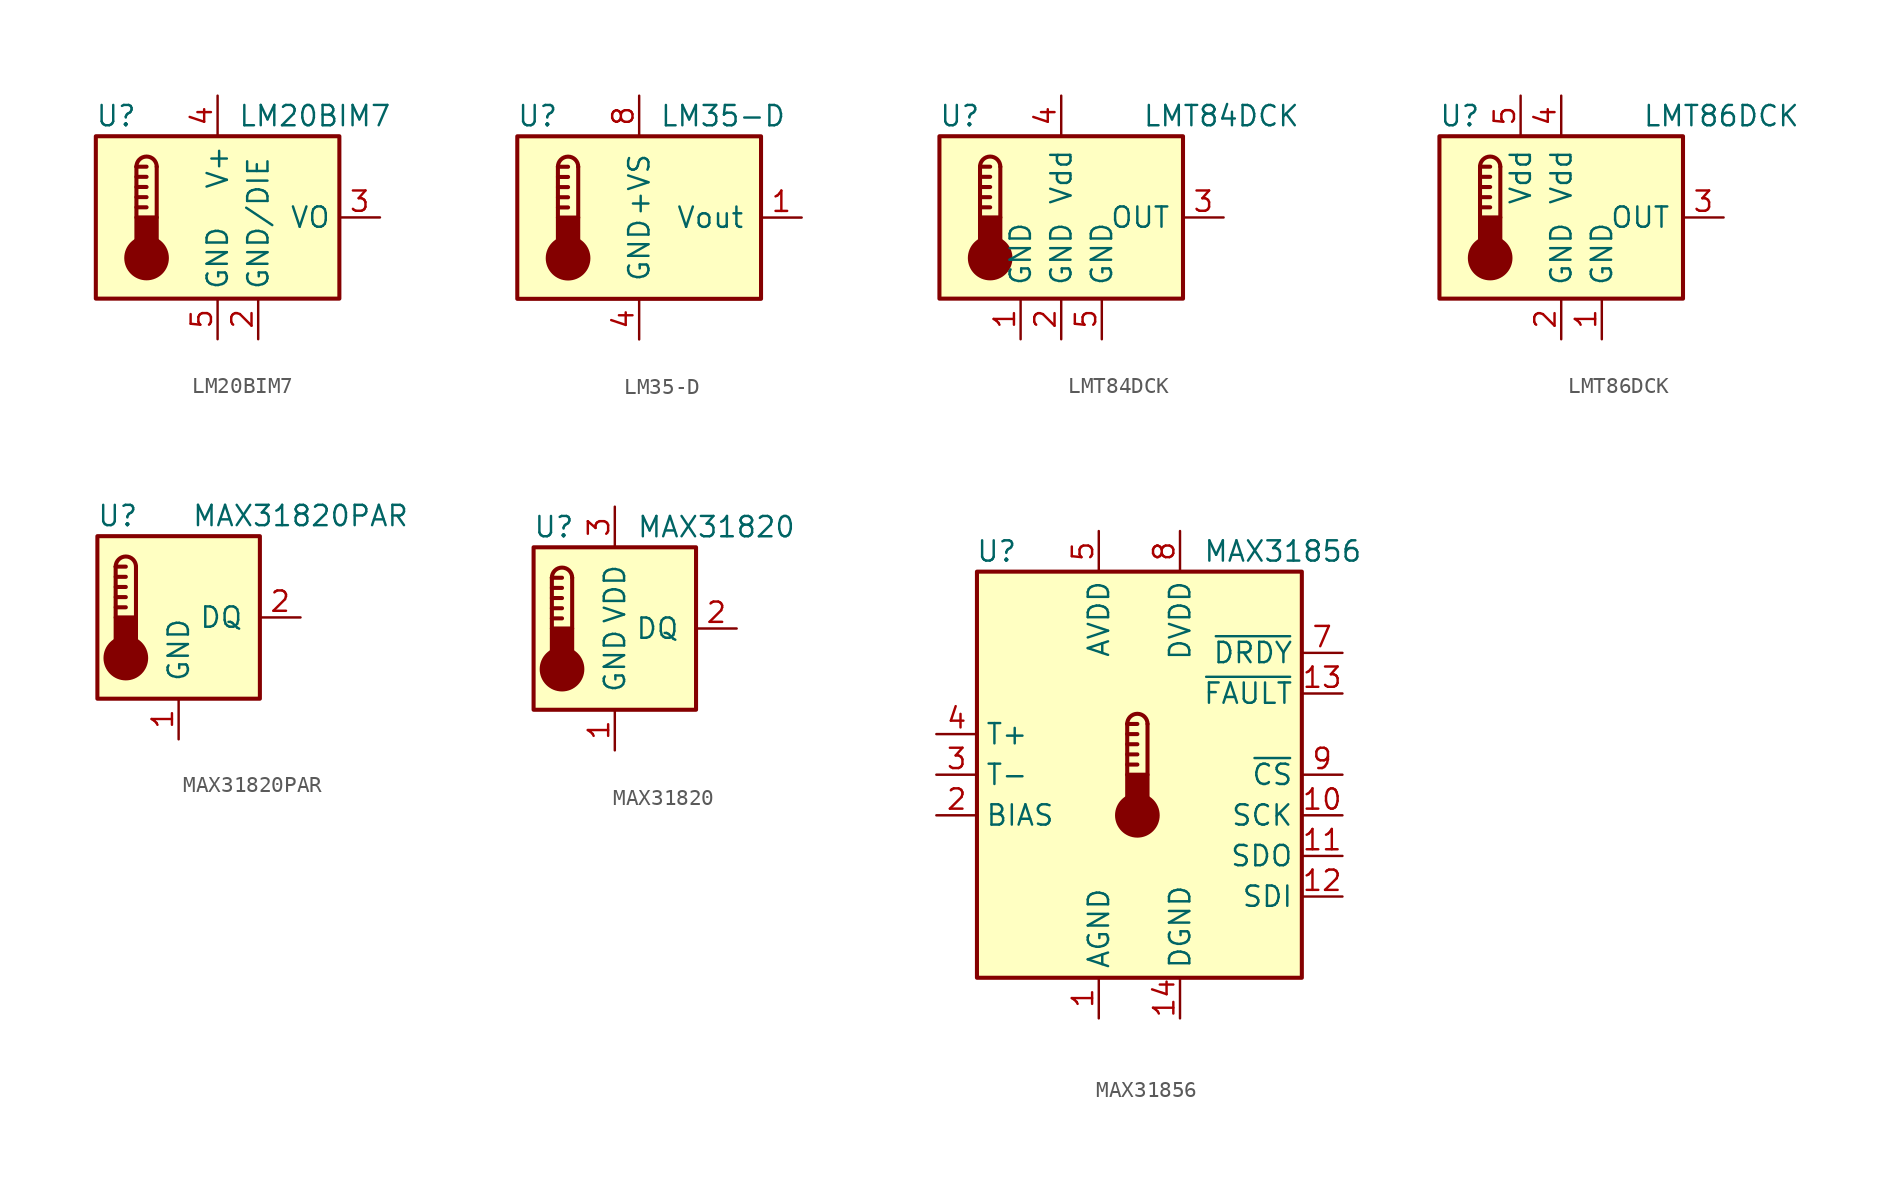
<source format=kicad_sym>
(kicad_symbol_lib
  (version 20201005)
  (generator kicad_symbol_editor)
  (symbol "LM20BIM7"
    (property "Reference" "U"
      (at -6.35 6.35 0)
      (effects (font (size 1.27 1.27))))
    (property "Value" "LM20BIM7"
      (at 1.27 6.35 0)
      (effects (font (size 1.27 1.27)) (justify left)))
    (symbol "LM20BIM7_0_1"
      (arc (start -3.81 3.175) (end -5.08 3.175) (radius (at -4.445 3.175) (length 0.635) (angles 0.1 179.9)) (stroke (width 0.254)) (fill (type none)))
      (circle (center -4.445 -2.54) (radius 1.27) (stroke (width 0.254)) (fill (type outline)))
      (rectangle (start -3.81 -1.905) (end -5.08 0) (stroke (width 0.254)) (fill (type outline)))
      (rectangle (start -7.62 5.08) (end 7.62 -5.08) (stroke (width 0.254)) (fill (type background)))
      (polyline (pts (xy -5.08 0.635) (xy -4.445 0.635)) (stroke (width 0.254)) (fill (type none)))
      (polyline (pts (xy -5.08 1.27) (xy -4.445 1.27)) (stroke (width 0.254)) (fill (type none)))
      (polyline (pts (xy -5.08 1.905) (xy -4.445 1.905)) (stroke (width 0.254)) (fill (type none)))
      (polyline (pts (xy -5.08 2.54) (xy -4.445 2.54)) (stroke (width 0.254)) (fill (type none)))
      (polyline (pts (xy -5.08 3.175) (xy -5.08 0)) (stroke (width 0.254)) (fill (type none)))
      (polyline (pts (xy -5.08 3.175) (xy -4.445 3.175)) (stroke (width 0.254)) (fill (type none)))
      (polyline (pts (xy -3.81 3.175) (xy -3.81 0)) (stroke (width 0.254)) (fill (type none))))
    (symbol "LM20BIM7_1_1"
      (pin no_connect line (at 5.08 -5.08 90) (length 2.54) hide (name "NC" (effects (font (size 1.27 1.27)))) (number "1" (effects (font (size 1.27 1.27)))))
      (pin passive line (at 2.54 -7.62 90) (length 2.54) (name "GND/DIE" (effects (font (size 1.27 1.27)))) (number "2" (effects (font (size 1.27 1.27)))))
      (pin output line (at 10.16 0 180) (length 2.54) (name "VO" (effects (font (size 1.27 1.27)))) (number "3" (effects (font (size 1.27 1.27)))))
      (pin power_in line (at 0 7.62 270) (length 2.54) (name "V+" (effects (font (size 1.27 1.27)))) (number "4" (effects (font (size 1.27 1.27)))))
      (pin power_in line (at 0 -7.62 90) (length 2.54) (name "GND" (effects (font (size 1.27 1.27)))) (number "5" (effects (font (size 1.27 1.27)))))))
  (symbol "LM35-D"
    (pin_names
      (offset 1.016))
    (property "Reference" "U"
      (at -6.35 6.35 0)
      (effects (font (size 1.27 1.27))))
    (property "Value" "LM35-D"
      (at 1.27 6.35 0)
      (effects (font (size 1.27 1.27)) (justify left)))
    (symbol "LM35-D_0_1"
      (arc (start -3.81 3.175) (end -5.08 3.175) (radius (at -4.445 3.175) (length 0.635) (angles 0.1 179.9)) (stroke (width 0.254)) (fill (type none)))
      (circle (center -4.445 -2.54) (radius 1.27) (stroke (width 0.254)) (fill (type outline)))
      (rectangle (start -3.81 -1.905) (end -5.08 0) (stroke (width 0.254)) (fill (type outline)))
      (rectangle (start -7.62 5.08) (end 7.62 -5.08) (stroke (width 0.254)) (fill (type background)))
      (polyline (pts (xy -5.08 0.635) (xy -4.445 0.635)) (stroke (width 0.254)) (fill (type none)))
      (polyline (pts (xy -5.08 1.27) (xy -4.445 1.27)) (stroke (width 0.254)) (fill (type none)))
      (polyline (pts (xy -5.08 1.905) (xy -4.445 1.905)) (stroke (width 0.254)) (fill (type none)))
      (polyline (pts (xy -5.08 2.54) (xy -4.445 2.54)) (stroke (width 0.254)) (fill (type none)))
      (polyline (pts (xy -5.08 3.175) (xy -5.08 0)) (stroke (width 0.254)) (fill (type none)))
      (polyline (pts (xy -5.08 3.175) (xy -4.445 3.175)) (stroke (width 0.254)) (fill (type none)))
      (polyline (pts (xy -3.81 3.175) (xy -3.81 0)) (stroke (width 0.254)) (fill (type none))))
    (symbol "LM35-D_1_1"
      (pin output line (at 10.16 0 180) (length 2.54) (name "Vout" (effects (font (size 1.27 1.27)))) (number "1" (effects (font (size 1.27 1.27)))))
      (pin no_connect line (at -2.54 -7.62 90) (length 2.54) hide (name "NC" (effects (font (size 1.27 1.27)))) (number "2" (effects (font (size 1.27 1.27)))))
      (pin no_connect line (at -2.54 7.62 270) (length 2.54) hide (name "NC" (effects (font (size 1.27 1.27)))) (number "3" (effects (font (size 1.27 1.27)))))
      (pin power_in line (at 0 -7.62 90) (length 2.54) (name "GND" (effects (font (size 1.27 1.27)))) (number "4" (effects (font (size 1.27 1.27)))))
      (pin no_connect line (at 2.54 -7.62 90) (length 2.54) hide (name "NC" (effects (font (size 1.27 1.27)))) (number "5" (effects (font (size 1.27 1.27)))))
      (pin no_connect line (at 5.08 -7.62 90) (length 2.54) hide (name "NC" (effects (font (size 1.27 1.27)))) (number "6" (effects (font (size 1.27 1.27)))))
      (pin no_connect line (at 10.16 2.54 180) (length 2.54) hide (name "NC" (effects (font (size 1.27 1.27)))) (number "7" (effects (font (size 1.27 1.27)))))
      (pin power_in line (at 0 7.62 270) (length 2.54) (name "+VS" (effects (font (size 1.27 1.27)))) (number "8" (effects (font (size 1.27 1.27)))))))
  (symbol "LMT84DCK"
    (pin_names
      (offset 0.762))
    (property "Reference" "U"
      (at -6.35 6.35 0)
      (effects (font (size 1.27 1.27))))
    (property "Value" "LMT84DCK"
      (at 5.08 6.35 0)
      (effects (font (size 1.27 1.27)) (justify left)))
    (symbol "LMT84DCK_0_1"
      (arc (start -3.81 3.175) (end -5.08 3.175) (radius (at -4.445 3.175) (length 0.635) (angles 0.1 179.9)) (stroke (width 0.254)) (fill (type none)))
      (circle (center -4.445 -2.54) (radius 1.27) (stroke (width 0.254)) (fill (type outline)))
      (rectangle (start -3.81 -1.905) (end -5.08 0) (stroke (width 0.254)) (fill (type outline)))
      (rectangle (start -7.62 5.08) (end 7.62 -5.08) (stroke (width 0.254)) (fill (type background)))
      (polyline (pts (xy -5.08 0.635) (xy -4.445 0.635)) (stroke (width 0.254)) (fill (type none)))
      (polyline (pts (xy -5.08 1.27) (xy -4.445 1.27)) (stroke (width 0.254)) (fill (type none)))
      (polyline (pts (xy -5.08 1.905) (xy -4.445 1.905)) (stroke (width 0.254)) (fill (type none)))
      (polyline (pts (xy -5.08 2.54) (xy -4.445 2.54)) (stroke (width 0.254)) (fill (type none)))
      (polyline (pts (xy -5.08 3.175) (xy -5.08 0)) (stroke (width 0.254)) (fill (type none)))
      (polyline (pts (xy -5.08 3.175) (xy -4.445 3.175)) (stroke (width 0.254)) (fill (type none)))
      (polyline (pts (xy -3.81 3.175) (xy -3.81 0)) (stroke (width 0.254)) (fill (type none))))
    (symbol "LMT84DCK_1_1"
      (pin power_in line (at -2.54 -7.62 90) (length 2.54) (name "GND" (effects (font (size 1.27 1.27)))) (number "1" (effects (font (size 1.27 1.27)))))
      (pin power_in line (at 0 -7.62 90) (length 2.54) (name "GND" (effects (font (size 1.27 1.27)))) (number "2" (effects (font (size 1.27 1.27)))))
      (pin output line (at 10.16 0 180) (length 2.54) (name "OUT" (effects (font (size 1.27 1.27)))) (number "3" (effects (font (size 1.27 1.27)))))
      (pin power_in line (at 0 7.62 270) (length 2.54) (name "Vdd" (effects (font (size 1.27 1.27)))) (number "4" (effects (font (size 1.27 1.27)))))
      (pin power_in line (at 2.54 -7.62 90) (length 2.54) (name "GND" (effects (font (size 1.27 1.27)))) (number "5" (effects (font (size 1.27 1.27)))))))
  (symbol "LMT86DCK"
    (pin_names
      (offset 0.762))
    (property "Reference" "U"
      (at -6.35 6.35 0)
      (effects (font (size 1.27 1.27))))
    (property "Value" "LMT86DCK"
      (at 5.08 6.35 0)
      (effects (font (size 1.27 1.27)) (justify left)))
    (symbol "LMT86DCK_0_1"
      (arc (start -3.81 3.175) (end -5.08 3.175) (radius (at -4.445 3.175) (length 0.635) (angles 0.1 179.9)) (stroke (width 0.254)) (fill (type none)))
      (circle (center -4.445 -2.54) (radius 1.27) (stroke (width 0.254)) (fill (type outline)))
      (rectangle (start -3.81 -1.905) (end -5.08 0) (stroke (width 0.254)) (fill (type outline)))
      (rectangle (start -7.62 5.08) (end 7.62 -5.08) (stroke (width 0.254)) (fill (type background)))
      (polyline (pts (xy -5.08 0.635) (xy -4.445 0.635)) (stroke (width 0.254)) (fill (type none)))
      (polyline (pts (xy -5.08 1.27) (xy -4.445 1.27)) (stroke (width 0.254)) (fill (type none)))
      (polyline (pts (xy -5.08 1.905) (xy -4.445 1.905)) (stroke (width 0.254)) (fill (type none)))
      (polyline (pts (xy -5.08 2.54) (xy -4.445 2.54)) (stroke (width 0.254)) (fill (type none)))
      (polyline (pts (xy -5.08 3.175) (xy -5.08 0)) (stroke (width 0.254)) (fill (type none)))
      (polyline (pts (xy -5.08 3.175) (xy -4.445 3.175)) (stroke (width 0.254)) (fill (type none)))
      (polyline (pts (xy -3.81 3.175) (xy -3.81 0)) (stroke (width 0.254)) (fill (type none))))
    (symbol "LMT86DCK_1_1"
      (pin power_in line (at 2.54 -7.62 90) (length 2.54) (name "GND" (effects (font (size 1.27 1.27)))) (number "1" (effects (font (size 1.27 1.27)))))
      (pin power_in line (at 0 -7.62 90) (length 2.54) (name "GND" (effects (font (size 1.27 1.27)))) (number "2" (effects (font (size 1.27 1.27)))))
      (pin output line (at 10.16 0 180) (length 2.54) (name "OUT" (effects (font (size 1.27 1.27)))) (number "3" (effects (font (size 1.27 1.27)))))
      (pin power_in line (at 0 7.62 270) (length 2.54) (name "Vdd" (effects (font (size 1.27 1.27)))) (number "4" (effects (font (size 1.27 1.27)))))
      (pin power_in line (at -2.54 7.62 270) (length 2.54) (name "Vdd" (effects (font (size 1.27 1.27)))) (number "5" (effects (font (size 1.27 1.27)))))))
  (symbol "MAX31820PAR"
    (pin_names
      (offset 1.016))
    (property "Reference" "U"
      (at -3.81 6.35 0)
      (effects (font (size 1.27 1.27))))
    (property "Value" "MAX31820PAR"
      (at 7.62 6.35 0)
      (effects (font (size 1.27 1.27))))
    (symbol "MAX31820PAR_0_1"
      (arc (start -2.667 3.175) (end -3.937 3.175) (radius (at -3.302 3.175) (length 0.635) (angles 0.1 179.9)) (stroke (width 0.254)) (fill (type none)))
      (circle (center -3.302 -2.54) (radius 1.27) (stroke (width 0.254)) (fill (type outline)))
      (rectangle (start -2.667 -1.905) (end -3.937 0) (stroke (width 0.254)) (fill (type outline)))
      (rectangle (start -5.08 5.08) (end 5.08 -5.08) (stroke (width 0.254)) (fill (type background)))
      (polyline (pts (xy -3.937 0.635) (xy -3.302 0.635)) (stroke (width 0.254)) (fill (type none)))
      (polyline (pts (xy -3.937 1.27) (xy -3.302 1.27)) (stroke (width 0.254)) (fill (type none)))
      (polyline (pts (xy -3.937 1.905) (xy -3.302 1.905)) (stroke (width 0.254)) (fill (type none)))
      (polyline (pts (xy -3.937 2.54) (xy -3.302 2.54)) (stroke (width 0.254)) (fill (type none)))
      (polyline (pts (xy -3.937 3.175) (xy -3.937 0)) (stroke (width 0.254)) (fill (type none)))
      (polyline (pts (xy -3.937 3.175) (xy -3.302 3.175)) (stroke (width 0.254)) (fill (type none)))
      (polyline (pts (xy -2.667 3.175) (xy -2.667 0)) (stroke (width 0.254)) (fill (type none))))
    (symbol "MAX31820PAR_1_1"
      (pin power_in line (at 0 -7.62 90) (length 2.54) (name "GND" (effects (font (size 1.27 1.27)))) (number "1" (effects (font (size 1.27 1.27)))))
      (pin bidirectional line (at 7.62 0 180) (length 2.54) (name "DQ" (effects (font (size 1.27 1.27)))) (number "2" (effects (font (size 1.27 1.27)))))
      (pin no_connect line (at 7.62 2.54 180) (length 2.54) hide (name "NC" (effects (font (size 1.27 1.27)))) (number "3" (effects (font (size 1.27 1.27)))))))
  (symbol "MAX31820"
    (pin_names
      (offset 1.016))
    (property "Reference" "U"
      (at -3.81 6.35 0)
      (effects (font (size 1.27 1.27))))
    (property "Value" "MAX31820"
      (at 6.35 6.35 0)
      (effects (font (size 1.27 1.27))))
    (symbol "MAX31820_0_1"
      (arc (start -2.667 3.175) (end -3.937 3.175) (radius (at -3.302 3.175) (length 0.635) (angles 0.1 179.9)) (stroke (width 0.254)) (fill (type none)))
      (circle (center -3.302 -2.54) (radius 1.27) (stroke (width 0.254)) (fill (type outline)))
      (rectangle (start -2.667 -1.905) (end -3.937 0) (stroke (width 0.254)) (fill (type outline)))
      (rectangle (start -5.08 5.08) (end 5.08 -5.08) (stroke (width 0.254)) (fill (type background)))
      (polyline (pts (xy -3.937 0.635) (xy -3.302 0.635)) (stroke (width 0.254)) (fill (type none)))
      (polyline (pts (xy -3.937 1.27) (xy -3.302 1.27)) (stroke (width 0.254)) (fill (type none)))
      (polyline (pts (xy -3.937 1.905) (xy -3.302 1.905)) (stroke (width 0.254)) (fill (type none)))
      (polyline (pts (xy -3.937 2.54) (xy -3.302 2.54)) (stroke (width 0.254)) (fill (type none)))
      (polyline (pts (xy -3.937 3.175) (xy -3.937 0)) (stroke (width 0.254)) (fill (type none)))
      (polyline (pts (xy -3.937 3.175) (xy -3.302 3.175)) (stroke (width 0.254)) (fill (type none)))
      (polyline (pts (xy -2.667 3.175) (xy -2.667 0)) (stroke (width 0.254)) (fill (type none))))
    (symbol "MAX31820_1_1"
      (pin power_in line (at 0 -7.62 90) (length 2.54) (name "GND" (effects (font (size 1.27 1.27)))) (number "1" (effects (font (size 1.27 1.27)))))
      (pin bidirectional line (at 7.62 0 180) (length 2.54) (name "DQ" (effects (font (size 1.27 1.27)))) (number "2" (effects (font (size 1.27 1.27)))))
      (pin power_in line (at 0 7.62 270) (length 2.54) (name "VDD" (effects (font (size 1.27 1.27)))) (number "3" (effects (font (size 1.27 1.27)))))))
  (symbol "MAX31856"
    (property "Reference" "U"
      (at -7.62 13.97 0)
      (effects (font (size 1.27 1.27)) (justify right)))
    (property "Value" "MAX31856"
      (at 13.97 13.97 0)
      (effects (font (size 1.27 1.27)) (justify right)))
    (symbol "MAX31856_0_1"
      (arc (start 0.508 3.175) (end -0.762 3.175) (radius (at -0.127 3.175) (length 0.635) (angles 0.1 179.9)) (stroke (width 0.254)) (fill (type none)))
      (circle (center -0.127 -2.54) (radius 1.27) (stroke (width 0.254)) (fill (type outline)))
      (rectangle (start 0.508 -1.905) (end -0.762 0) (stroke (width 0.254)) (fill (type outline)))
      (rectangle (start -10.16 12.7) (end 10.16 -12.7) (stroke (width 0.254)) (fill (type background)))
      (polyline (pts (xy -0.762 0.635) (xy -0.127 0.635)) (stroke (width 0.254)) (fill (type none)))
      (polyline (pts (xy -0.762 1.27) (xy -0.127 1.27)) (stroke (width 0.254)) (fill (type none)))
      (polyline (pts (xy -0.762 1.905) (xy -0.127 1.905)) (stroke (width 0.254)) (fill (type none)))
      (polyline (pts (xy -0.762 2.54) (xy -0.127 2.54)) (stroke (width 0.254)) (fill (type none)))
      (polyline (pts (xy -0.762 3.175) (xy -0.762 0)) (stroke (width 0.254)) (fill (type none)))
      (polyline (pts (xy -0.762 3.175) (xy -0.127 3.175)) (stroke (width 0.254)) (fill (type none)))
      (polyline (pts (xy 0.508 3.175) (xy 0.508 0)) (stroke (width 0.254)) (fill (type none))))
    (symbol "MAX31856_1_1"
      (pin power_in line (at -2.54 -15.24 90) (length 2.54) (name "AGND" (effects (font (size 1.27 1.27)))) (number "1" (effects (font (size 1.27 1.27)))))
      (pin input line (at 12.7 -2.54 180) (length 2.54) (name "SCK" (effects (font (size 1.27 1.27)))) (number "10" (effects (font (size 1.27 1.27)))))
      (pin output line (at 12.7 -5.08 180) (length 2.54) (name "SDO" (effects (font (size 1.27 1.27)))) (number "11" (effects (font (size 1.27 1.27)))))
      (pin input line (at 12.7 -7.62 180) (length 2.54) (name "SDI" (effects (font (size 1.27 1.27)))) (number "12" (effects (font (size 1.27 1.27)))))
      (pin output line (at 12.7 5.08 180) (length 2.54) (name "~FAULT" (effects (font (size 1.27 1.27)))) (number "13" (effects (font (size 1.27 1.27)))))
      (pin power_in line (at 2.54 -15.24 90) (length 2.54) (name "DGND" (effects (font (size 1.27 1.27)))) (number "14" (effects (font (size 1.27 1.27)))))
      (pin input line (at -12.7 -2.54 0) (length 2.54) (name "BIAS" (effects (font (size 1.27 1.27)))) (number "2" (effects (font (size 1.27 1.27)))))
      (pin input line (at -12.7 0 0) (length 2.54) (name "T-" (effects (font (size 1.27 1.27)))) (number "3" (effects (font (size 1.27 1.27)))))
      (pin input line (at -12.7 2.54 0) (length 2.54) (name "T+" (effects (font (size 1.27 1.27)))) (number "4" (effects (font (size 1.27 1.27)))))
      (pin power_in line (at -2.54 15.24 270) (length 2.54) (name "AVDD" (effects (font (size 1.27 1.27)))) (number "5" (effects (font (size 1.27 1.27)))))
      (pin no_connect line (at -10.16 -7.62 0) (length 2.54) hide (name "DNC" (effects (font (size 1.27 1.27)))) (number "6" (effects (font (size 1.27 1.27)))))
      (pin output line (at 12.7 7.62 180) (length 2.54) (name "~DRDY" (effects (font (size 1.27 1.27)))) (number "7" (effects (font (size 1.27 1.27)))))
      (pin power_in line (at 2.54 15.24 270) (length 2.54) (name "DVDD" (effects (font (size 1.27 1.27)))) (number "8" (effects (font (size 1.27 1.27)))))
      (pin input line (at 12.7 0 180) (length 2.54) (name "~CS" (effects (font (size 1.27 1.27)))) (number "9" (effects (font (size 1.27 1.27))))))))
</source>
